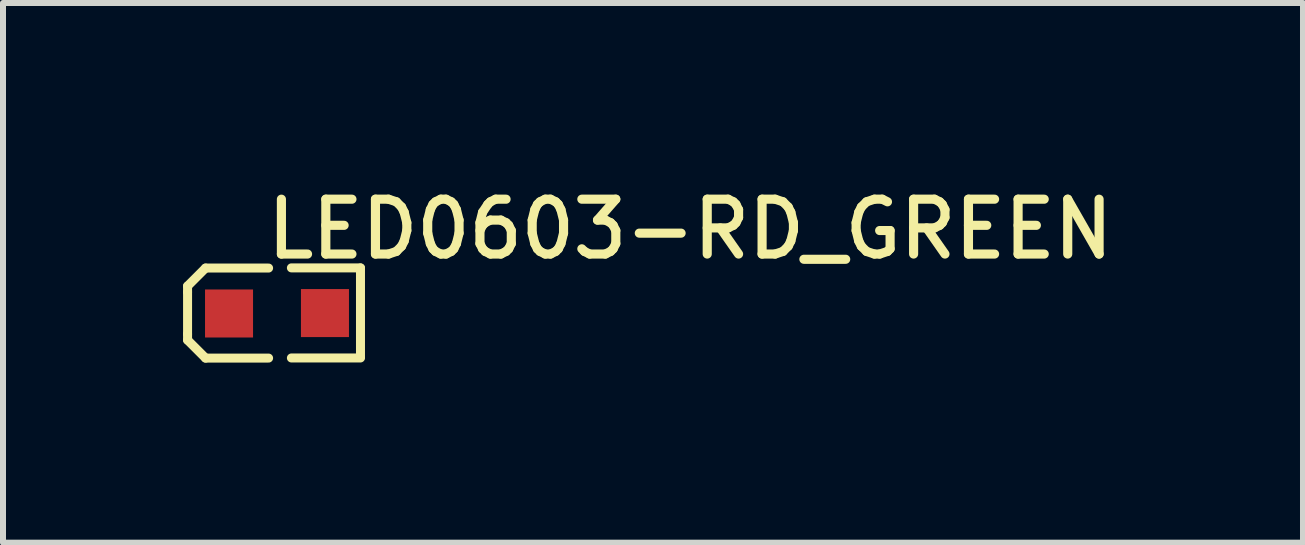
<source format=kicad_pcb>
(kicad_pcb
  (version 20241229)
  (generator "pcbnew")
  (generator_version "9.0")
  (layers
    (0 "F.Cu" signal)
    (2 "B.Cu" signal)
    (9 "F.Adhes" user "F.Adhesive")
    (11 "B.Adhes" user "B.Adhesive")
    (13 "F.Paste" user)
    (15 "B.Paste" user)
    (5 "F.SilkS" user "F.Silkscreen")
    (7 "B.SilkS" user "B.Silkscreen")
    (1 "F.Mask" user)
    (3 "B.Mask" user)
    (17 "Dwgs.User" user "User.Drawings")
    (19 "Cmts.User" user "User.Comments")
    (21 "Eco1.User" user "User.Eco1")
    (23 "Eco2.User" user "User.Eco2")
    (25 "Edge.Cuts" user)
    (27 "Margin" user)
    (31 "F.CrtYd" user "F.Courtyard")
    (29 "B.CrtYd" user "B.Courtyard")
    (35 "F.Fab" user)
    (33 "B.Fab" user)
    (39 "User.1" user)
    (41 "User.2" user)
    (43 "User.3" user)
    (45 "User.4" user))
  (footprint "LED0603-RD_GREEN"
    (layer "F.Cu")
    (at 1.565 2.17)
    (property "Reference" "LED0603-RD_GREEN" (at -0.244 -1.937 0) (layer "F.SilkS") (effects (font (size 0.914 0.914) (thickness 0.152)) (justify left top)))
    (fp_line (start -1.49 -0.454) (end -1.19 -0.754) (stroke (width 0.15) (type default)) (layer "F.SilkS"))
    (fp_line (start -1.49 -0.354) (end -1.49 -0.454) (stroke (width 0.15) (type default)) (layer "F.SilkS"))
    (fp_line (start -1.49 -0.354) (end -1.49 0.346) (stroke (width 0.15) (type default)) (layer "F.SilkS"))
    (fp_line (start -1.49 0.346) (end -1.49 0.446) (stroke (width 0.15) (type default)) (layer "F.SilkS"))
    (fp_line (start -1.49 0.446) (end -1.19 0.746) (stroke (width 0.15) (type default)) (layer "F.SilkS"))
    (fp_line (start -0.14 -0.754) (end -1.19 -0.754) (stroke (width 0.15) (type default)) (layer "F.SilkS"))
    (fp_line (start -0.14 0.746) (end -1.19 0.746) (stroke (width 0.15) (type default)) (layer "F.SilkS"))
    (fp_line (start 0.24 -0.757) (end 1.391 -0.757) (stroke (width 0.15) (type default)) (layer "F.SilkS"))
    (fp_line (start 0.24 0.744) (end 1.391 0.744) (stroke (width 0.15) (type default)) (layer "F.SilkS"))
    (fp_line (start 1.391 -0.756) (end 1.391 0.724) (stroke (width 0.15) (type default)) (layer "F.SilkS"))
    (fp_circle (center -0.799 0.403) (end -0.769 0.403) (stroke (width 0.06) (type default)) (fill no) (layer "User.5"))
    (pad "1" smd rect (at -0.799 0.003 90) (size 0.8 0.8) (layers "F.Cu" "F.Mask" "F.Paste"))
    (pad "2" smd rect (at 0.799 -0.004 90) (size 0.8 0.8) (layers "F.Cu" "F.Mask" "F.Paste"))
    (zone (net_name "") (layer "F.SilkS") (hatch edge 0.5) (priority 100) (connect_pads yes) (min_thickness 0) (filled_areas_thickness no) (fill yes) (polygon (pts (xy 1.294 1.76) (xy 1.294 2.56) (xy 1.494 2.56) (xy 1.494 1.76))) (filled_polygon (layer "F.SilkS") (island) (pts (xy 1.294 1.76) (xy 1.294 2.56) (xy 1.494 2.56) (xy 1.494 1.76))))
    (zone (net_name "") (layer "Dwgs.User") (hatch edge 0.5) (priority 100) (connect_pads yes) (min_thickness 0) (filled_areas_thickness no) (fill yes) (polygon (pts (xy 0.524 2.099) (xy 1.064 2.099) (xy 1.064 2.229) (xy 0.524 2.229))) (filled_polygon (layer "Dwgs.User") (island) (pts (xy 0.524 2.099) (xy 1.064 2.099) (xy 1.064 2.229) (xy 0.524 2.229))))
    (zone (net_name "") (layer "Dwgs.User") (hatch edge 0.5) (priority 100) (connect_pads yes) (min_thickness 0) (filled_areas_thickness no) (fill yes) (polygon (pts (xy 1.294 1.76) (xy 1.294 2.56) (xy 1.494 2.56) (xy 1.494 1.76))) (filled_polygon (layer "Dwgs.User") (island) (pts (xy 1.294 1.76) (xy 1.294 2.56) (xy 1.494 2.56) (xy 1.494 1.76))))
    (zone (net_name "") (layer "Dwgs.User") (hatch edge 0.5) (priority 100) (connect_pads yes) (min_thickness 0) (filled_areas_thickness no) (fill yes) (polygon (pts (xy 2.123 2.092) (xy 2.663 2.092) (xy 2.663 2.222) (xy 2.123 2.222))) (filled_polygon (layer "Dwgs.User") (island) (pts (xy 2.123 2.092) (xy 2.663 2.092) (xy 2.663 2.222) (xy 2.123 2.222))))
    (zone (net_name "") (layer "Dwgs.User") (hatch edge 0.5) (priority 100) (connect_pads yes) (min_thickness 0) (filled_areas_thickness no) (fill yes) (polygon (pts (xy 2.329 2.427) (xy 2.329 1.887) (xy 2.459 1.887) (xy 2.459 2.427))) (filled_polygon (layer "Dwgs.User") (island) (pts (xy 2.329 2.427) (xy 2.329 1.887) (xy 2.459 1.887) (xy 2.459 2.427))))
    (zone (net_name "") (layer "User.3") (hatch edge 0.5) (priority 100) (connect_pads yes) (min_thickness 0) (filled_areas_thickness no) (fill yes) (polygon (pts (xy 0.795 2.56) (xy 0.795 1.76) (xy 2.395 1.76) (xy 2.395 2.56))) (filled_polygon (layer "User.3") (island) (pts (xy 0.795 2.56) (xy 0.795 1.76) (xy 2.395 1.76) (xy 2.395 2.56))))
    (zone (net_name "") (layer "User.4") (hatch edge 0.5) (priority 100) (connect_pads yes) (min_thickness 0) (filled_areas_thickness no) (fill yes) (polygon (pts (xy 0.795 2.564) (xy 0.795 1.764) (xy 1.095 1.764) (xy 1.095 2.564))) (filled_polygon (layer "User.4") (island) (pts (xy 0.795 2.564) (xy 0.795 1.764) (xy 1.095 1.764) (xy 1.095 2.564))))
    (zone (net_name "") (layer "User.4") (hatch edge 0.5) (priority 100) (connect_pads yes) (min_thickness 0) (filled_areas_thickness no) (fill yes) (polygon (pts (xy 2.095 2.557) (xy 2.095 1.757) (xy 2.395 1.757) (xy 2.395 2.557))) (filled_polygon (layer "User.4") (island) (pts (xy 2.095 2.557) (xy 2.095 1.757) (xy 2.395 1.757) (xy 2.395 2.557)))))
  (gr_rect
    (start -3 -3)
    (end 18.659 5.991)
    (stroke (width 0.1) (type default))
    (fill no)
    (layer "Edge.Cuts")))
</source>
